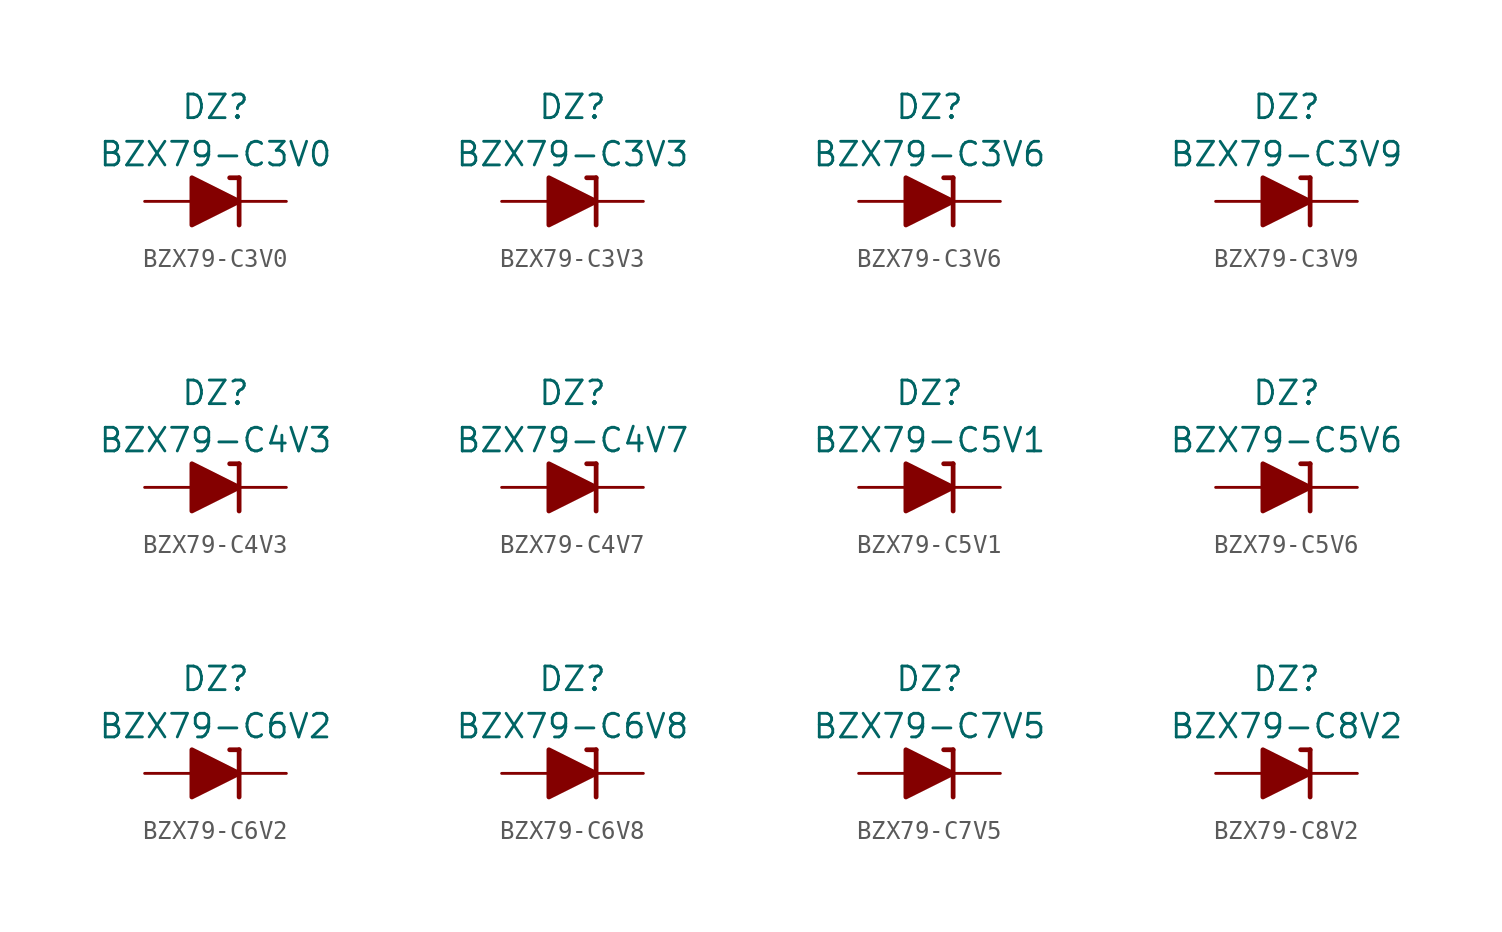
<source format=kicad_sym>
(kicad_symbol_lib
  (version 20201005)
  (generator kicad_symbol_editor)
  (symbol "Diode_Zener_AKL:BZX79-C3V0"
    (pin_numbers hide)
    (pin_names
      (offset 1.016) hide)
    (property "Reference" "DZ"
      (at 0 5.08 0)
      (effects (font (size 1.27 1.27))))
    (property "Value" "BZX79-C3V0"
      (at 0 2.54 0)
      (effects (font (size 1.27 1.27))))
    (symbol "BZX79-C3V0_0_1"
      (polyline (pts (xy -1.27 0) (xy 1.27 0)) (stroke (width 0)) (fill (type none)))
      (polyline (pts (xy 1.27 1.27) (xy 0.762 1.27)) (stroke (width 0.254)) (fill (type none)))
      (polyline (pts (xy 1.27 1.27) (xy 1.27 -1.27)) (stroke (width 0.254)) (fill (type none)))
      (polyline (pts (xy -1.27 -1.27) (xy -1.27 1.27) (xy 1.27 0) (xy -1.27 -1.27)) (stroke (width 0.254)) (fill (type outline))))
    (symbol "BZX79-C3V0_1_1"
      (pin passive line (at 3.81 0 180) (length 2.54) (name "K" (effects (font (size 1.27 1.27)))) (number "1" (effects (font (size 1.27 1.27)))))
      (pin passive line (at -3.81 0 0) (length 2.54) (name "A" (effects (font (size 1.27 1.27)))) (number "2" (effects (font (size 1.27 1.27)))))))
  (symbol "Diode_Zener_AKL:BZX79-C3V3"
    (pin_numbers hide)
    (pin_names
      (offset 1.016) hide)
    (property "Reference" "DZ"
      (at 0 5.08 0)
      (effects (font (size 1.27 1.27))))
    (property "Value" "BZX79-C3V3"
      (at 0 2.54 0)
      (effects (font (size 1.27 1.27))))
    (symbol "BZX79-C3V3_0_1"
      (polyline (pts (xy -1.27 0) (xy 1.27 0)) (stroke (width 0)) (fill (type none)))
      (polyline (pts (xy 1.27 1.27) (xy 0.762 1.27)) (stroke (width 0.254)) (fill (type none)))
      (polyline (pts (xy 1.27 1.27) (xy 1.27 -1.27)) (stroke (width 0.254)) (fill (type none)))
      (polyline (pts (xy -1.27 -1.27) (xy -1.27 1.27) (xy 1.27 0) (xy -1.27 -1.27)) (stroke (width 0.254)) (fill (type outline))))
    (symbol "BZX79-C3V3_1_1"
      (pin passive line (at 3.81 0 180) (length 2.54) (name "K" (effects (font (size 1.27 1.27)))) (number "1" (effects (font (size 1.27 1.27)))))
      (pin passive line (at -3.81 0 0) (length 2.54) (name "A" (effects (font (size 1.27 1.27)))) (number "2" (effects (font (size 1.27 1.27)))))))
  (symbol "Diode_Zener_AKL:BZX79-C3V6"
    (pin_numbers hide)
    (pin_names
      (offset 1.016) hide)
    (property "Reference" "DZ"
      (at 0 5.08 0)
      (effects (font (size 1.27 1.27))))
    (property "Value" "BZX79-C3V6"
      (at 0 2.54 0)
      (effects (font (size 1.27 1.27))))
    (symbol "BZX79-C3V6_0_1"
      (polyline (pts (xy -1.27 0) (xy 1.27 0)) (stroke (width 0)) (fill (type none)))
      (polyline (pts (xy 1.27 1.27) (xy 0.762 1.27)) (stroke (width 0.254)) (fill (type none)))
      (polyline (pts (xy 1.27 1.27) (xy 1.27 -1.27)) (stroke (width 0.254)) (fill (type none)))
      (polyline (pts (xy -1.27 -1.27) (xy -1.27 1.27) (xy 1.27 0) (xy -1.27 -1.27)) (stroke (width 0.254)) (fill (type outline))))
    (symbol "BZX79-C3V6_1_1"
      (pin passive line (at 3.81 0 180) (length 2.54) (name "K" (effects (font (size 1.27 1.27)))) (number "1" (effects (font (size 1.27 1.27)))))
      (pin passive line (at -3.81 0 0) (length 2.54) (name "A" (effects (font (size 1.27 1.27)))) (number "2" (effects (font (size 1.27 1.27)))))))
  (symbol "Diode_Zener_AKL:BZX79-C3V9"
    (pin_numbers hide)
    (pin_names
      (offset 1.016) hide)
    (property "Reference" "DZ"
      (at 0 5.08 0)
      (effects (font (size 1.27 1.27))))
    (property "Value" "BZX79-C3V9"
      (at 0 2.54 0)
      (effects (font (size 1.27 1.27))))
    (symbol "BZX79-C3V9_0_1"
      (polyline (pts (xy -1.27 0) (xy 1.27 0)) (stroke (width 0)) (fill (type none)))
      (polyline (pts (xy 1.27 1.27) (xy 0.762 1.27)) (stroke (width 0.254)) (fill (type none)))
      (polyline (pts (xy 1.27 1.27) (xy 1.27 -1.27)) (stroke (width 0.254)) (fill (type none)))
      (polyline (pts (xy -1.27 -1.27) (xy -1.27 1.27) (xy 1.27 0) (xy -1.27 -1.27)) (stroke (width 0.254)) (fill (type outline))))
    (symbol "BZX79-C3V9_1_1"
      (pin passive line (at 3.81 0 180) (length 2.54) (name "K" (effects (font (size 1.27 1.27)))) (number "1" (effects (font (size 1.27 1.27)))))
      (pin passive line (at -3.81 0 0) (length 2.54) (name "A" (effects (font (size 1.27 1.27)))) (number "2" (effects (font (size 1.27 1.27)))))))
  (symbol "Diode_Zener_AKL:BZX79-C4V3"
    (pin_numbers hide)
    (pin_names
      (offset 1.016) hide)
    (property "Reference" "DZ"
      (at 0 5.08 0)
      (effects (font (size 1.27 1.27))))
    (property "Value" "BZX79-C4V3"
      (at 0 2.54 0)
      (effects (font (size 1.27 1.27))))
    (symbol "BZX79-C4V3_0_1"
      (polyline (pts (xy -1.27 0) (xy 1.27 0)) (stroke (width 0)) (fill (type none)))
      (polyline (pts (xy 1.27 1.27) (xy 0.762 1.27)) (stroke (width 0.254)) (fill (type none)))
      (polyline (pts (xy 1.27 1.27) (xy 1.27 -1.27)) (stroke (width 0.254)) (fill (type none)))
      (polyline (pts (xy -1.27 -1.27) (xy -1.27 1.27) (xy 1.27 0) (xy -1.27 -1.27)) (stroke (width 0.254)) (fill (type outline))))
    (symbol "BZX79-C4V3_1_1"
      (pin passive line (at 3.81 0 180) (length 2.54) (name "K" (effects (font (size 1.27 1.27)))) (number "1" (effects (font (size 1.27 1.27)))))
      (pin passive line (at -3.81 0 0) (length 2.54) (name "A" (effects (font (size 1.27 1.27)))) (number "2" (effects (font (size 1.27 1.27)))))))
  (symbol "Diode_Zener_AKL:BZX79-C4V7"
    (pin_numbers hide)
    (pin_names
      (offset 1.016) hide)
    (property "Reference" "DZ"
      (at 0 5.08 0)
      (effects (font (size 1.27 1.27))))
    (property "Value" "BZX79-C4V7"
      (at 0 2.54 0)
      (effects (font (size 1.27 1.27))))
    (symbol "BZX79-C4V7_0_1"
      (polyline (pts (xy -1.27 0) (xy 1.27 0)) (stroke (width 0)) (fill (type none)))
      (polyline (pts (xy 1.27 1.27) (xy 0.762 1.27)) (stroke (width 0.254)) (fill (type none)))
      (polyline (pts (xy 1.27 1.27) (xy 1.27 -1.27)) (stroke (width 0.254)) (fill (type none)))
      (polyline (pts (xy -1.27 -1.27) (xy -1.27 1.27) (xy 1.27 0) (xy -1.27 -1.27)) (stroke (width 0.254)) (fill (type outline))))
    (symbol "BZX79-C4V7_1_1"
      (pin passive line (at 3.81 0 180) (length 2.54) (name "K" (effects (font (size 1.27 1.27)))) (number "1" (effects (font (size 1.27 1.27)))))
      (pin passive line (at -3.81 0 0) (length 2.54) (name "A" (effects (font (size 1.27 1.27)))) (number "2" (effects (font (size 1.27 1.27)))))))
  (symbol "Diode_Zener_AKL:BZX79-C5V1"
    (pin_numbers hide)
    (pin_names
      (offset 1.016) hide)
    (property "Reference" "DZ"
      (at 0 5.08 0)
      (effects (font (size 1.27 1.27))))
    (property "Value" "BZX79-C5V1"
      (at 0 2.54 0)
      (effects (font (size 1.27 1.27))))
    (symbol "BZX79-C5V1_0_1"
      (polyline (pts (xy -1.27 0) (xy 1.27 0)) (stroke (width 0)) (fill (type none)))
      (polyline (pts (xy 1.27 1.27) (xy 0.762 1.27)) (stroke (width 0.254)) (fill (type none)))
      (polyline (pts (xy 1.27 1.27) (xy 1.27 -1.27)) (stroke (width 0.254)) (fill (type none)))
      (polyline (pts (xy -1.27 -1.27) (xy -1.27 1.27) (xy 1.27 0) (xy -1.27 -1.27)) (stroke (width 0.254)) (fill (type outline))))
    (symbol "BZX79-C5V1_1_1"
      (pin passive line (at 3.81 0 180) (length 2.54) (name "K" (effects (font (size 1.27 1.27)))) (number "1" (effects (font (size 1.27 1.27)))))
      (pin passive line (at -3.81 0 0) (length 2.54) (name "A" (effects (font (size 1.27 1.27)))) (number "2" (effects (font (size 1.27 1.27)))))))
  (symbol "Diode_Zener_AKL:BZX79-C5V6"
    (pin_numbers hide)
    (pin_names
      (offset 1.016) hide)
    (property "Reference" "DZ"
      (at 0 5.08 0)
      (effects (font (size 1.27 1.27))))
    (property "Value" "BZX79-C5V6"
      (at 0 2.54 0)
      (effects (font (size 1.27 1.27))))
    (symbol "BZX79-C5V6_0_1"
      (polyline (pts (xy -1.27 0) (xy 1.27 0)) (stroke (width 0)) (fill (type none)))
      (polyline (pts (xy 1.27 1.27) (xy 0.762 1.27)) (stroke (width 0.254)) (fill (type none)))
      (polyline (pts (xy 1.27 1.27) (xy 1.27 -1.27)) (stroke (width 0.254)) (fill (type none)))
      (polyline (pts (xy -1.27 -1.27) (xy -1.27 1.27) (xy 1.27 0) (xy -1.27 -1.27)) (stroke (width 0.254)) (fill (type outline))))
    (symbol "BZX79-C5V6_1_1"
      (pin passive line (at 3.81 0 180) (length 2.54) (name "K" (effects (font (size 1.27 1.27)))) (number "1" (effects (font (size 1.27 1.27)))))
      (pin passive line (at -3.81 0 0) (length 2.54) (name "A" (effects (font (size 1.27 1.27)))) (number "2" (effects (font (size 1.27 1.27)))))))
  (symbol "Diode_Zener_AKL:BZX79-C6V2"
    (pin_numbers hide)
    (pin_names
      (offset 1.016) hide)
    (property "Reference" "DZ"
      (at 0 5.08 0)
      (effects (font (size 1.27 1.27))))
    (property "Value" "BZX79-C6V2"
      (at 0 2.54 0)
      (effects (font (size 1.27 1.27))))
    (symbol "BZX79-C6V2_0_1"
      (polyline (pts (xy -1.27 0) (xy 1.27 0)) (stroke (width 0)) (fill (type none)))
      (polyline (pts (xy 1.27 1.27) (xy 0.762 1.27)) (stroke (width 0.254)) (fill (type none)))
      (polyline (pts (xy 1.27 1.27) (xy 1.27 -1.27)) (stroke (width 0.254)) (fill (type none)))
      (polyline (pts (xy -1.27 -1.27) (xy -1.27 1.27) (xy 1.27 0) (xy -1.27 -1.27)) (stroke (width 0.254)) (fill (type outline))))
    (symbol "BZX79-C6V2_1_1"
      (pin passive line (at 3.81 0 180) (length 2.54) (name "K" (effects (font (size 1.27 1.27)))) (number "1" (effects (font (size 1.27 1.27)))))
      (pin passive line (at -3.81 0 0) (length 2.54) (name "A" (effects (font (size 1.27 1.27)))) (number "2" (effects (font (size 1.27 1.27)))))))
  (symbol "Diode_Zener_AKL:BZX79-C6V8"
    (pin_numbers hide)
    (pin_names
      (offset 1.016) hide)
    (property "Reference" "DZ"
      (at 0 5.08 0)
      (effects (font (size 1.27 1.27))))
    (property "Value" "BZX79-C6V8"
      (at 0 2.54 0)
      (effects (font (size 1.27 1.27))))
    (symbol "BZX79-C6V8_0_1"
      (polyline (pts (xy -1.27 0) (xy 1.27 0)) (stroke (width 0)) (fill (type none)))
      (polyline (pts (xy 1.27 1.27) (xy 0.762 1.27)) (stroke (width 0.254)) (fill (type none)))
      (polyline (pts (xy 1.27 1.27) (xy 1.27 -1.27)) (stroke (width 0.254)) (fill (type none)))
      (polyline (pts (xy -1.27 -1.27) (xy -1.27 1.27) (xy 1.27 0) (xy -1.27 -1.27)) (stroke (width 0.254)) (fill (type outline))))
    (symbol "BZX79-C6V8_1_1"
      (pin passive line (at 3.81 0 180) (length 2.54) (name "K" (effects (font (size 1.27 1.27)))) (number "1" (effects (font (size 1.27 1.27)))))
      (pin passive line (at -3.81 0 0) (length 2.54) (name "A" (effects (font (size 1.27 1.27)))) (number "2" (effects (font (size 1.27 1.27)))))))
  (symbol "Diode_Zener_AKL:BZX79-C7V5"
    (pin_numbers hide)
    (pin_names
      (offset 1.016) hide)
    (property "Reference" "DZ"
      (at 0 5.08 0)
      (effects (font (size 1.27 1.27))))
    (property "Value" "BZX79-C7V5"
      (at 0 2.54 0)
      (effects (font (size 1.27 1.27))))
    (symbol "BZX79-C7V5_0_1"
      (polyline (pts (xy -1.27 0) (xy 1.27 0)) (stroke (width 0)) (fill (type none)))
      (polyline (pts (xy 1.27 1.27) (xy 0.762 1.27)) (stroke (width 0.254)) (fill (type none)))
      (polyline (pts (xy 1.27 1.27) (xy 1.27 -1.27)) (stroke (width 0.254)) (fill (type none)))
      (polyline (pts (xy -1.27 -1.27) (xy -1.27 1.27) (xy 1.27 0) (xy -1.27 -1.27)) (stroke (width 0.254)) (fill (type outline))))
    (symbol "BZX79-C7V5_1_1"
      (pin passive line (at 3.81 0 180) (length 2.54) (name "K" (effects (font (size 1.27 1.27)))) (number "1" (effects (font (size 1.27 1.27)))))
      (pin passive line (at -3.81 0 0) (length 2.54) (name "A" (effects (font (size 1.27 1.27)))) (number "2" (effects (font (size 1.27 1.27)))))))
  (symbol "Diode_Zener_AKL:BZX79-C8V2"
    (pin_numbers hide)
    (pin_names
      (offset 1.016) hide)
    (property "Reference" "DZ"
      (at 0 5.08 0)
      (effects (font (size 1.27 1.27))))
    (property "Value" "BZX79-C8V2"
      (at 0 2.54 0)
      (effects (font (size 1.27 1.27))))
    (symbol "BZX79-C8V2_0_1"
      (polyline (pts (xy -1.27 0) (xy 1.27 0)) (stroke (width 0)) (fill (type none)))
      (polyline (pts (xy 1.27 1.27) (xy 0.762 1.27)) (stroke (width 0.254)) (fill (type none)))
      (polyline (pts (xy 1.27 1.27) (xy 1.27 -1.27)) (stroke (width 0.254)) (fill (type none)))
      (polyline (pts (xy -1.27 -1.27) (xy -1.27 1.27) (xy 1.27 0) (xy -1.27 -1.27)) (stroke (width 0.254)) (fill (type outline))))
    (symbol "BZX79-C8V2_1_1"
      (pin passive line (at 3.81 0 180) (length 2.54) (name "K" (effects (font (size 1.27 1.27)))) (number "1" (effects (font (size 1.27 1.27)))))
      (pin passive line (at -3.81 0 0) (length 2.54) (name "A" (effects (font (size 1.27 1.27)))) (number "2" (effects (font (size 1.27 1.27))))))))
</source>
